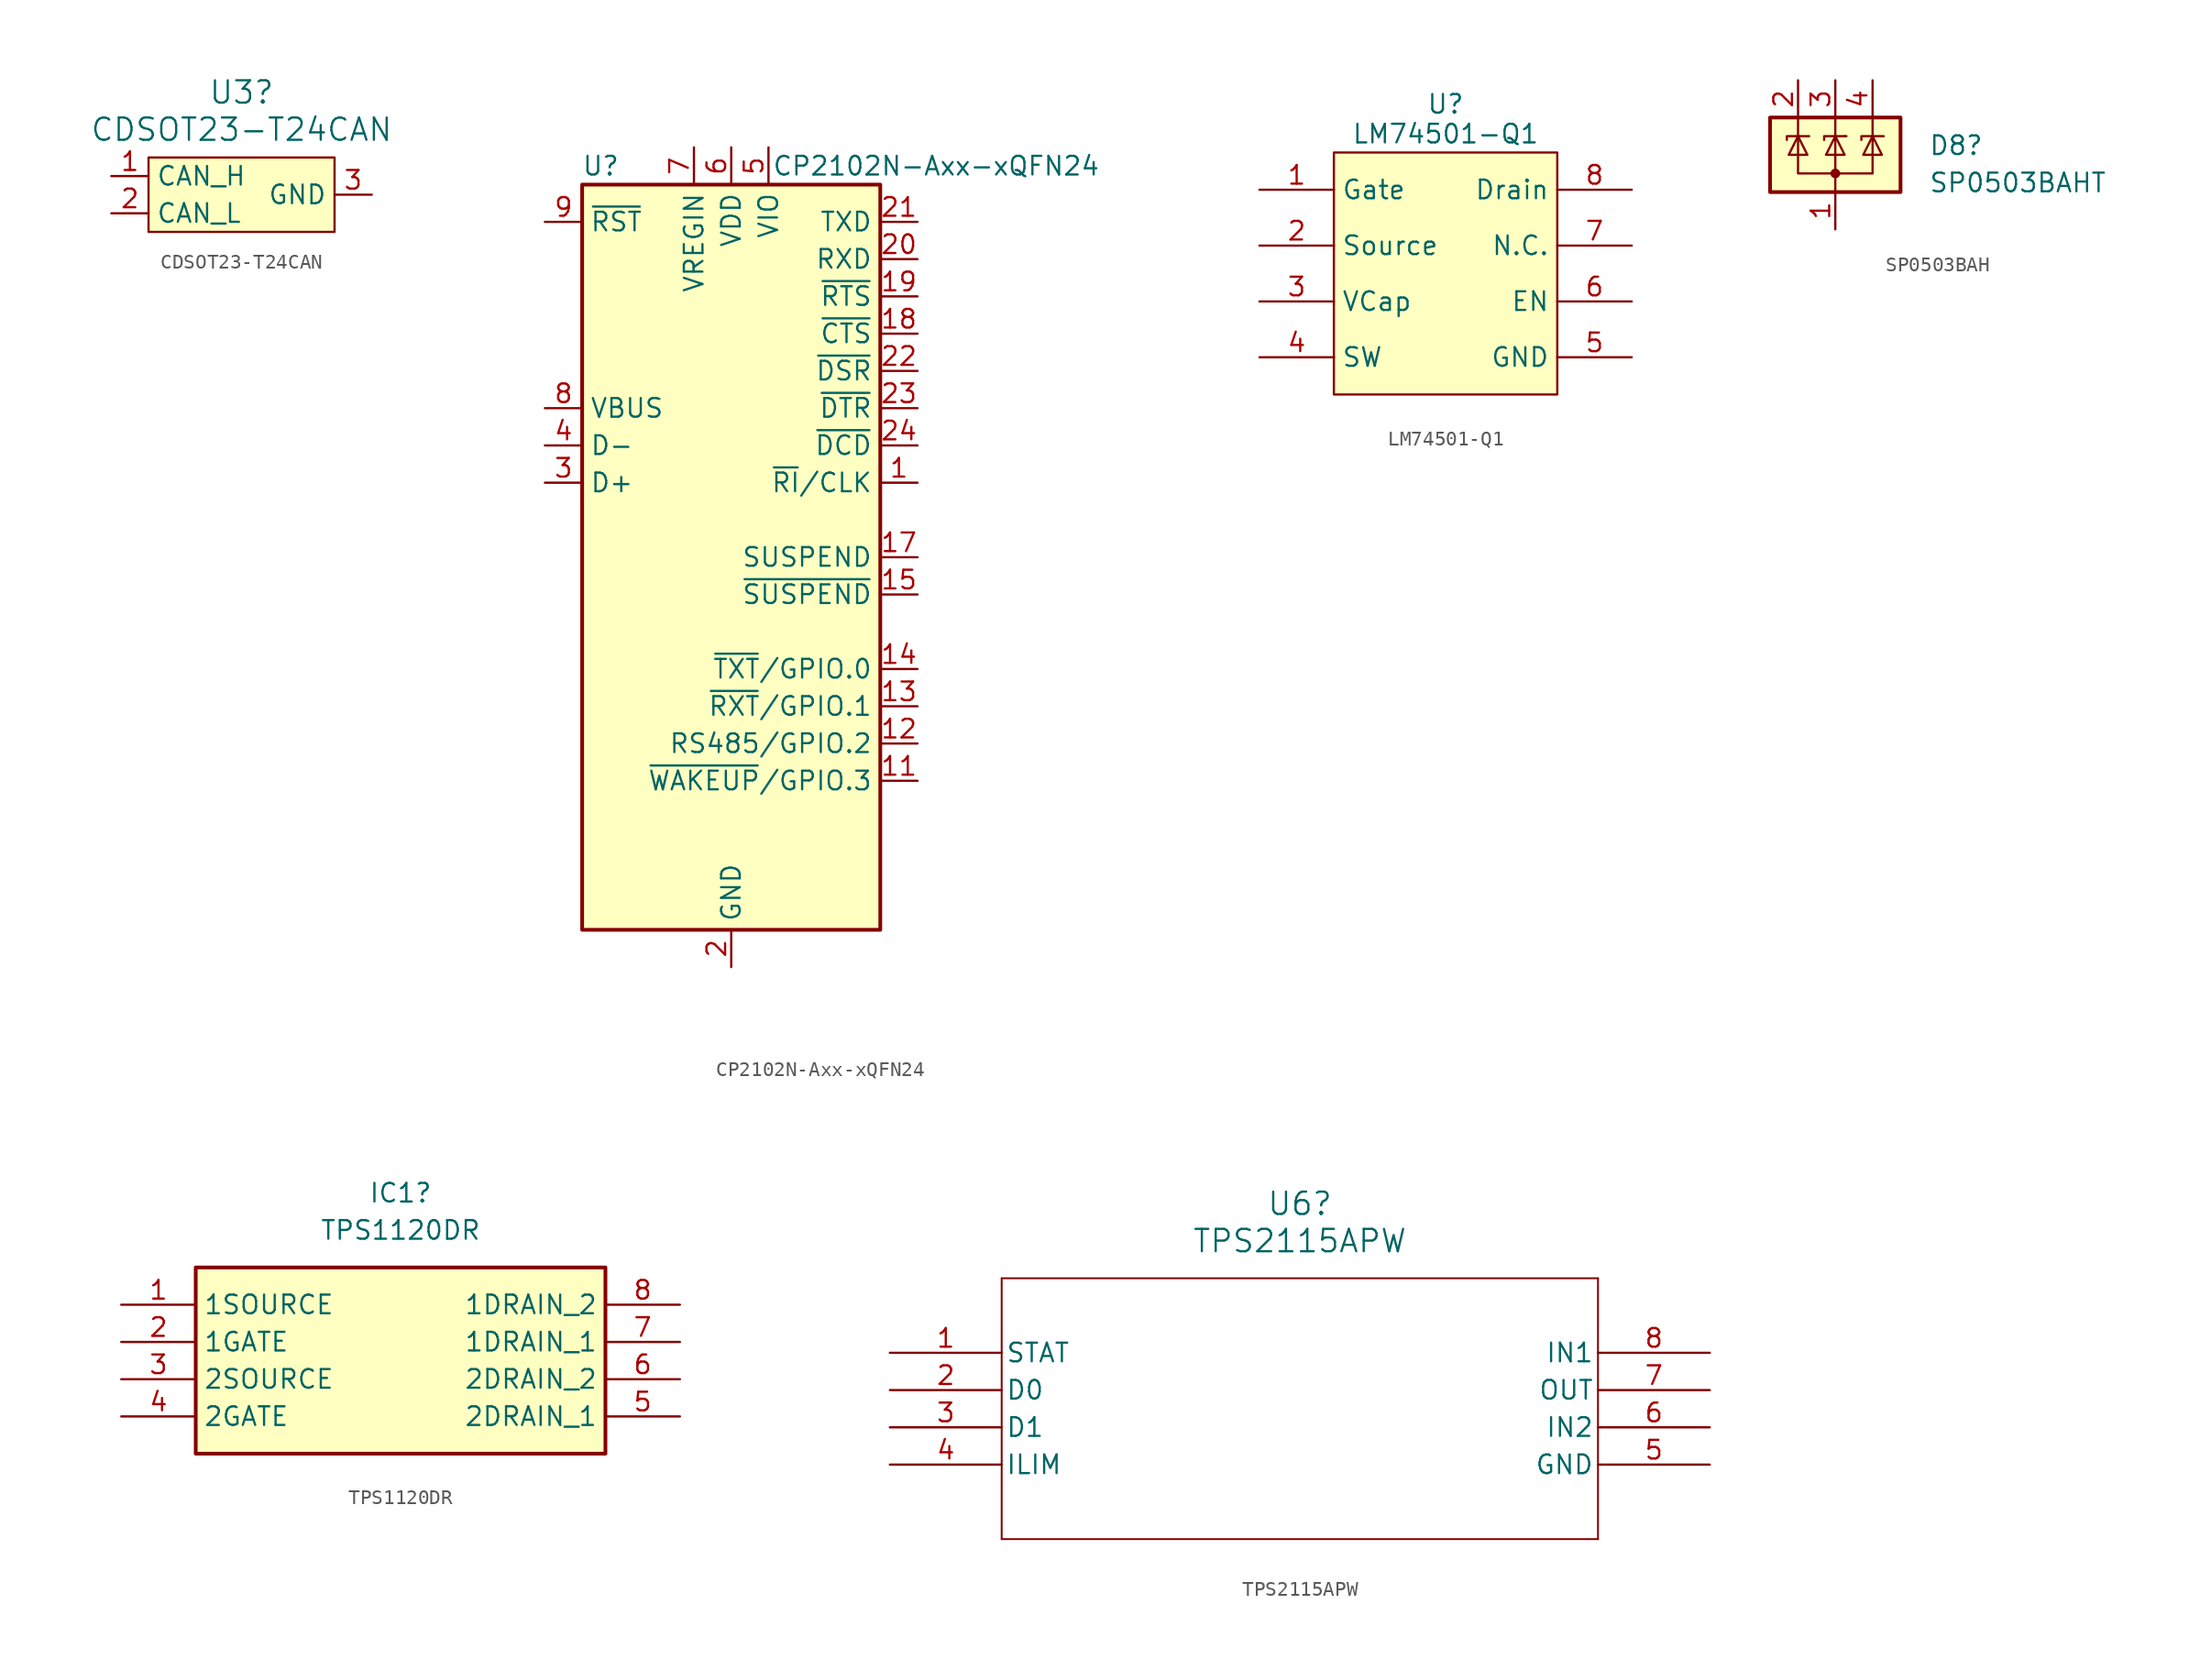
<source format=kicad_sym>
(kicad_symbol_lib
  (version 20241209)
  (generator "kicad_symbol_editor")
  (generator_version "9.0")
  (symbol "CDSOT23-T24CAN"
    (property "Reference" "U3"
      (at 0 6.985 0)
      (effects (font (size 1.524 1.524))))
    (property "Value" "CDSOT23-T24CAN"
      (at 0 4.445 0)
      (effects (font (size 1.524 1.524))))
    (symbol "CDSOT23-T24CAN_0_1"
      (rectangle (start 6.35 2.54) (end -6.35 -2.54) (stroke (width 0) (type solid)) (fill (type background))))
    (symbol "CDSOT23-T24CAN_1_1"
      (pin passive line (at -8.89 1.27 0) (length 2.54) (name "CAN_H" (effects (font (size 1.27 1.27)))) (number "1" (effects (font (size 1.27 1.27)))))
      (pin passive line (at -8.89 -1.27 0) (length 2.54) (name "CAN_L" (effects (font (size 1.27 1.27)))) (number "2" (effects (font (size 1.27 1.27)))))
      (pin passive line (at 8.89 0 180) (length 2.54) (name "GND" (effects (font (size 1.27 1.27)))) (number "3" (effects (font (size 1.27 1.27)))))))
  (symbol "CP2102N-Axx-xQFN24"
    (property "Reference" "U"
      (at -8.89 26.67 0)
      (effects (font (size 1.27 1.27))))
    (property "Value" "CP2102N-Axx-xQFN24"
      (at 13.97 26.67 0)
      (effects (font (size 1.27 1.27))))
    (symbol "CP2102N-Axx-xQFN24_1_1"
      (rectangle (start -10.16 25.4) (end 10.16 -25.4) (stroke (width 0.254) (type solid)) (fill (type background)))
      (pin input line (at -12.7 22.86 0) (length 2.54) (name "~{RST}" (effects (font (size 1.27 1.27)))) (number "9" (effects (font (size 1.27 1.27)))))
      (pin input line (at -12.7 10.16 0) (length 2.54) (name "VBUS" (effects (font (size 1.27 1.27)))) (number "8" (effects (font (size 1.27 1.27)))))
      (pin bidirectional line (at -12.7 7.62 0) (length 2.54) (name "D-" (effects (font (size 1.27 1.27)))) (number "4" (effects (font (size 1.27 1.27)))))
      (pin bidirectional line (at -12.7 5.08 0) (length 2.54) (name "D+" (effects (font (size 1.27 1.27)))) (number "3" (effects (font (size 1.27 1.27)))))
      (pin no_connect line (at -10.16 -22.86 0) (length 2.54) (hide yes) (name "NC" (effects (font (size 1.27 1.27)))) (number "10" (effects (font (size 1.27 1.27)))))
      (pin power_in line (at -2.54 27.94 270) (length 2.54) (name "VREGIN" (effects (font (size 1.27 1.27)))) (number "7" (effects (font (size 1.27 1.27)))))
      (pin power_in line (at 0 27.94 270) (length 2.54) (name "VDD" (effects (font (size 1.27 1.27)))) (number "6" (effects (font (size 1.27 1.27)))))
      (pin power_in line (at 0 -27.94 90) (length 2.54) (name "GND" (effects (font (size 1.27 1.27)))) (number "2" (effects (font (size 1.27 1.27)))))
      (pin passive line (at 0 -27.94 90) (length 2.54) (hide yes) (name "GND" (effects (font (size 1.27 1.27)))) (number "25" (effects (font (size 1.27 1.27)))))
      (pin power_in line (at 2.54 27.94 270) (length 2.54) (name "VIO" (effects (font (size 1.27 1.27)))) (number "5" (effects (font (size 1.27 1.27)))))
      (pin no_connect line (at 10.16 -22.86 180) (length 2.54) (hide yes) (name "NC" (effects (font (size 1.27 1.27)))) (number "16" (effects (font (size 1.27 1.27)))))
      (pin output line (at 12.7 22.86 180) (length 2.54) (name "TXD" (effects (font (size 1.27 1.27)))) (number "21" (effects (font (size 1.27 1.27)))))
      (pin input line (at 12.7 20.32 180) (length 2.54) (name "RXD" (effects (font (size 1.27 1.27)))) (number "20" (effects (font (size 1.27 1.27)))))
      (pin output line (at 12.7 17.78 180) (length 2.54) (name "~{RTS}" (effects (font (size 1.27 1.27)))) (number "19" (effects (font (size 1.27 1.27)))))
      (pin input line (at 12.7 15.24 180) (length 2.54) (name "~{CTS}" (effects (font (size 1.27 1.27)))) (number "18" (effects (font (size 1.27 1.27)))))
      (pin input line (at 12.7 12.7 180) (length 2.54) (name "~{DSR}" (effects (font (size 1.27 1.27)))) (number "22" (effects (font (size 1.27 1.27)))))
      (pin output line (at 12.7 10.16 180) (length 2.54) (name "~{DTR}" (effects (font (size 1.27 1.27)))) (number "23" (effects (font (size 1.27 1.27)))))
      (pin input line (at 12.7 7.62 180) (length 2.54) (name "~{DCD}" (effects (font (size 1.27 1.27)))) (number "24" (effects (font (size 1.27 1.27)))))
      (pin bidirectional line (at 12.7 5.08 180) (length 2.54) (name "~{RI}/CLK" (effects (font (size 1.27 1.27)))) (number "1" (effects (font (size 1.27 1.27)))))
      (pin output line (at 12.7 0 180) (length 2.54) (name "SUSPEND" (effects (font (size 1.27 1.27)))) (number "17" (effects (font (size 1.27 1.27)))))
      (pin output line (at 12.7 -2.54 180) (length 2.54) (name "~{SUSPEND}" (effects (font (size 1.27 1.27)))) (number "15" (effects (font (size 1.27 1.27)))))
      (pin bidirectional line (at 12.7 -7.62 180) (length 2.54) (name "~{TXT}/GPIO.0" (effects (font (size 1.27 1.27)))) (number "14" (effects (font (size 1.27 1.27)))))
      (pin bidirectional line (at 12.7 -10.16 180) (length 2.54) (name "~{RXT}/GPIO.1" (effects (font (size 1.27 1.27)))) (number "13" (effects (font (size 1.27 1.27)))))
      (pin bidirectional line (at 12.7 -12.7 180) (length 2.54) (name "RS485/GPIO.2" (effects (font (size 1.27 1.27)))) (number "12" (effects (font (size 1.27 1.27)))))
      (pin bidirectional line (at 12.7 -15.24 180) (length 2.54) (name "~{WAKEUP}/GPIO.3" (effects (font (size 1.27 1.27)))) (number "11" (effects (font (size 1.27 1.27)))))))
  (symbol "LM74501-Q1"
    (property "Reference" "U"
      (at 0 3.302 0)
      (effects (font (size 1.27 1.27))))
    (property "Value" "LM74501-Q1"
      (at 0 1.27 0)
      (effects (font (size 1.27 1.27))))
    (symbol "LM74501-Q1_1_1"
      (rectangle (start -7.62 0) (end 7.62 -16.51) (stroke (width 0) (type solid)) (fill (type background)))
      (pin input line (at -12.7 -2.54 0) (length 5.08) (name "Gate" (effects (font (size 1.27 1.27)))) (number "1" (effects (font (size 1.27 1.27)))))
      (pin input line (at -12.7 -6.35 0) (length 5.08) (name "Source" (effects (font (size 1.27 1.27)))) (number "2" (effects (font (size 1.27 1.27)))))
      (pin input line (at -12.7 -10.16 0) (length 5.08) (name "VCap" (effects (font (size 1.27 1.27)))) (number "3" (effects (font (size 1.27 1.27)))))
      (pin input line (at -12.7 -13.97 0) (length 5.08) (name "SW" (effects (font (size 1.27 1.27)))) (number "4" (effects (font (size 1.27 1.27)))))
      (pin input line (at 12.7 -2.54 180) (length 5.08) (name "Drain" (effects (font (size 1.27 1.27)))) (number "8" (effects (font (size 1.27 1.27)))))
      (pin input line (at 12.7 -6.35 180) (length 5.08) (name "N.C." (effects (font (size 1.27 1.27)))) (number "7" (effects (font (size 1.27 1.27)))))
      (pin input line (at 12.7 -10.16 180) (length 5.08) (name "EN" (effects (font (size 1.27 1.27)))) (number "6" (effects (font (size 1.27 1.27)))))
      (pin input line (at 12.7 -13.97 180) (length 5.08) (name "GND" (effects (font (size 1.27 1.27)))) (number "5" (effects (font (size 1.27 1.27)))))))
  (symbol "SP0503BAH"
    (pin_names
      (hide yes))
    (property "Reference" "D8"
      (at 6.35 0.635 0)
      (effects (font (size 1.27 1.27)) (justify left)))
    (property "Value" "SP0503BAHT"
      (at 6.35 -1.905 0)
      (effects (font (size 1.27 1.27)) (justify left)))
    (symbol "SP0503BAH_0_0"
      (pin passive line (at 0 -5.08 90) (length 2.54) (name "A" (effects (font (size 1.27 1.27)))) (number "1" (effects (font (size 1.27 1.27))))))
    (symbol "SP0503BAH_0_1"
      (rectangle (start -4.445 2.54) (end 4.445 -2.54) (stroke (width 0.254) (type default)) (fill (type background)))
      (polyline (pts (xy -3.302 1.016) (xy -3.302 1.27) (xy -1.905 1.27) (xy -1.778 1.27)) (stroke (width 0) (type default)) (fill (type none)))
      (polyline (pts (xy -2.54 2.54) (xy -2.54 1.27)) (stroke (width 0) (type default)) (fill (type none)))
      (polyline (pts (xy -2.54 1.27) (xy -2.54 -1.27) (xy 2.54 -1.27) (xy 2.54 1.27)) (stroke (width 0) (type default)) (fill (type none)))
      (polyline (pts (xy -2.54 1.27) (xy -1.905 0) (xy -3.175 0) (xy -2.54 1.27)) (stroke (width 0) (type default)) (fill (type none)))
      (polyline (pts (xy 0 2.54) (xy 0 1.27)) (stroke (width 0) (type default)) (fill (type none)))
      (polyline (pts (xy 0 -1.27) (xy 0 1.27)) (stroke (width 0) (type default)) (fill (type none)))
      (polyline (pts (xy 0 -1.27) (xy 0 -2.54)) (stroke (width 0) (type default)) (fill (type none)))
      (circle (center 0 -1.27) (radius 0.254) (stroke (width 0) (type default)) (fill (type outline)))
      (polyline (pts (xy 0.635 1.27) (xy 0.762 1.27)) (stroke (width 0) (type default)) (fill (type none)))
      (polyline (pts (xy 0.635 1.27) (xy -0.762 1.27) (xy -0.762 1.016)) (stroke (width 0) (type default)) (fill (type none)))
      (polyline (pts (xy 0.635 0) (xy -0.635 0) (xy 0 1.27) (xy 0.635 0)) (stroke (width 0) (type default)) (fill (type none)))
      (polyline (pts (xy 1.778 1.016) (xy 1.778 1.27) (xy 3.175 1.27) (xy 3.302 1.27)) (stroke (width 0) (type default)) (fill (type none)))
      (polyline (pts (xy 2.54 2.54) (xy 2.54 1.27)) (stroke (width 0) (type default)) (fill (type none)))
      (polyline (pts (xy 2.54 1.27) (xy 1.905 0) (xy 3.175 0) (xy 2.54 1.27)) (stroke (width 0) (type default)) (fill (type none))))
    (symbol "SP0503BAH_1_1"
      (pin passive line (at -2.54 5.08 270) (length 2.54) (name "K" (effects (font (size 1.27 1.27)))) (number "2" (effects (font (size 1.27 1.27)))))
      (pin passive line (at 0 5.08 270) (length 2.54) (name "K" (effects (font (size 1.27 1.27)))) (number "3" (effects (font (size 1.27 1.27)))))
      (pin passive line (at 2.54 5.08 270) (length 2.54) (name "K" (effects (font (size 1.27 1.27)))) (number "4" (effects (font (size 1.27 1.27)))))))
  (symbol "TPS1120DR"
    (property "Reference" "IC1"
      (at 19.05 7.62 0)
      (effects (font (size 1.27 1.27))))
    (property "Value" "TPS1120DR"
      (at 19.05 5.08 0)
      (effects (font (size 1.27 1.27))))
    (symbol "TPS1120DR_1_1"
      (rectangle (start 5.08 2.54) (end 33.02 -10.16) (stroke (width 0.254) (type default)) (fill (type background)))
      (pin passive line (at 0 0 0) (length 5.08) (name "1SOURCE" (effects (font (size 1.27 1.27)))) (number "1" (effects (font (size 1.27 1.27)))))
      (pin passive line (at 0 -2.54 0) (length 5.08) (name "1GATE" (effects (font (size 1.27 1.27)))) (number "2" (effects (font (size 1.27 1.27)))))
      (pin passive line (at 0 -5.08 0) (length 5.08) (name "2SOURCE" (effects (font (size 1.27 1.27)))) (number "3" (effects (font (size 1.27 1.27)))))
      (pin passive line (at 0 -7.62 0) (length 5.08) (name "2GATE" (effects (font (size 1.27 1.27)))) (number "4" (effects (font (size 1.27 1.27)))))
      (pin passive line (at 38.1 0 180) (length 5.08) (name "1DRAIN_2" (effects (font (size 1.27 1.27)))) (number "8" (effects (font (size 1.27 1.27)))))
      (pin passive line (at 38.1 -2.54 180) (length 5.08) (name "1DRAIN_1" (effects (font (size 1.27 1.27)))) (number "7" (effects (font (size 1.27 1.27)))))
      (pin passive line (at 38.1 -5.08 180) (length 5.08) (name "2DRAIN_2" (effects (font (size 1.27 1.27)))) (number "6" (effects (font (size 1.27 1.27)))))
      (pin passive line (at 38.1 -7.62 180) (length 5.08) (name "2DRAIN_1" (effects (font (size 1.27 1.27)))) (number "5" (effects (font (size 1.27 1.27)))))))
  (symbol "TPS2115APW"
    (pin_names
      (offset 0.254))
    (property "Reference" "U6"
      (at 27.94 10.16 0)
      (effects (font (size 1.524 1.524))))
    (property "Value" "TPS2115APW"
      (at 27.94 7.62 0)
      (effects (font (size 1.524 1.524))))
    (symbol "TPS2115APW_0_1"
      (polyline (pts (xy 7.62 5.08) (xy 7.62 -12.7)) (stroke (width 0.127) (type default)) (fill (type none)))
      (polyline (pts (xy 7.62 -12.7) (xy 48.26 -12.7)) (stroke (width 0.127) (type default)) (fill (type none)))
      (polyline (pts (xy 48.26 5.08) (xy 7.62 5.08)) (stroke (width 0.127) (type default)) (fill (type none)))
      (polyline (pts (xy 48.26 -12.7) (xy 48.26 5.08)) (stroke (width 0.127) (type default)) (fill (type none)))
      (pin output line (at 0 0 0) (length 7.62) (name "STAT" (effects (font (size 1.27 1.27)))) (number "1" (effects (font (size 1.27 1.27)))))
      (pin input line (at 0 -2.54 0) (length 7.62) (name "D0" (effects (font (size 1.27 1.27)))) (number "2" (effects (font (size 1.27 1.27)))))
      (pin input line (at 0 -5.08 0) (length 7.62) (name "D1" (effects (font (size 1.27 1.27)))) (number "3" (effects (font (size 1.27 1.27)))))
      (pin input line (at 0 -7.62 0) (length 7.62) (name "ILIM" (effects (font (size 1.27 1.27)))) (number "4" (effects (font (size 1.27 1.27)))))
      (pin input line (at 55.88 0 180) (length 7.62) (name "IN1" (effects (font (size 1.27 1.27)))) (number "8" (effects (font (size 1.27 1.27)))))
      (pin output line (at 55.88 -2.54 180) (length 7.62) (name "OUT" (effects (font (size 1.27 1.27)))) (number "7" (effects (font (size 1.27 1.27)))))
      (pin input line (at 55.88 -5.08 180) (length 7.62) (name "IN2" (effects (font (size 1.27 1.27)))) (number "6" (effects (font (size 1.27 1.27)))))
      (pin power_in line (at 55.88 -7.62 180) (length 7.62) (name "GND" (effects (font (size 1.27 1.27)))) (number "5" (effects (font (size 1.27 1.27))))))))
</source>
